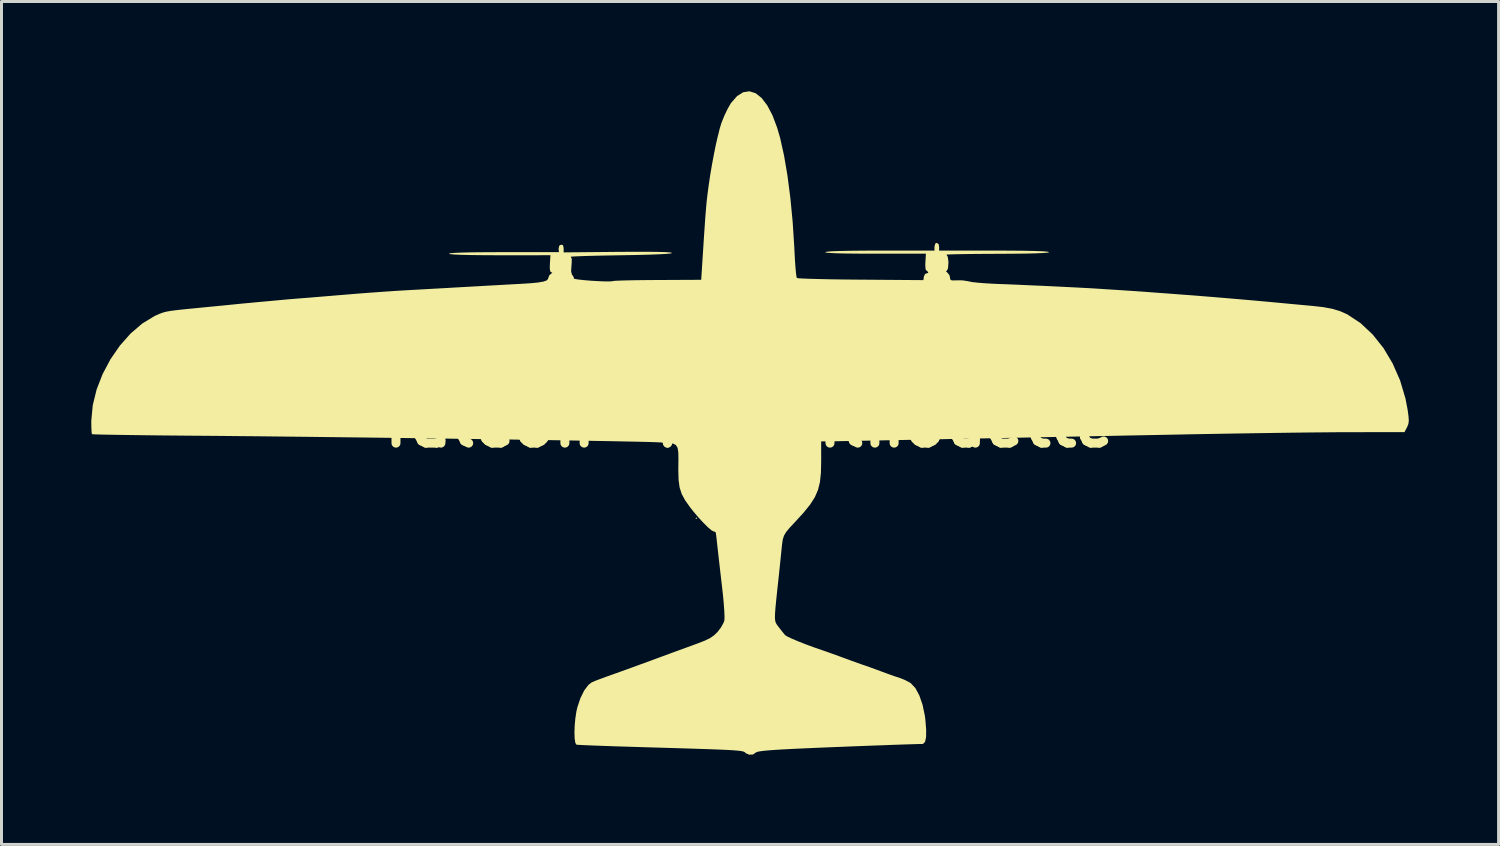
<source format=kicad_pcb>
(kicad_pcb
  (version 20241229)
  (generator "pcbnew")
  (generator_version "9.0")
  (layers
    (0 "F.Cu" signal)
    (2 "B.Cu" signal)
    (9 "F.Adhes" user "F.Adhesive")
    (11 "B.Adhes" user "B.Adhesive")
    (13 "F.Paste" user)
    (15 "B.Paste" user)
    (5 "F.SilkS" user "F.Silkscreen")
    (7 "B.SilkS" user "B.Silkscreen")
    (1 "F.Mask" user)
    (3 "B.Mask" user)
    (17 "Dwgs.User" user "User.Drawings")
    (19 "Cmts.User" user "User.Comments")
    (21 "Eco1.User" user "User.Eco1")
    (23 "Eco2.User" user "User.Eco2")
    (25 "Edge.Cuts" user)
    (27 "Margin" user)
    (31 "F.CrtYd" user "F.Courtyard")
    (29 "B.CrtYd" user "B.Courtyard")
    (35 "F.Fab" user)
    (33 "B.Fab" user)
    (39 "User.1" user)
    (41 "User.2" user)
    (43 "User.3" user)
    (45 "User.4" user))
  (footprint "falcon-v2-silhouette"
    (layer "F.Cu")
    (at 22.001 11.076)
    (property "Reference" "falcon-v2-silhouette" (at 0 0 0) (layer "F.SilkS") (effects (font (size 1.5 1.5) (thickness 0.3))))
    (attr board_only exclude_from_pos_files exclude_from_bom)
    (fp_poly (pts (xy -1.762 3.188) (xy -1.788 3.214) (xy -1.814 3.188) (xy -1.788 3.162)) (stroke (width 0) (type solid)) (fill yes) (layer "F.SilkS"))
    (fp_poly (pts (xy 0.193 -11.012) (xy 0.392 -10.855) (xy 0.581 -10.608) (xy 0.757 -10.274) (xy 0.915 -9.854) (xy 1.014 -9.512) (xy 1.144 -8.928) (xy 1.258 -8.258) (xy 1.354 -7.516) (xy 1.431 -6.72) (xy 1.485 -5.884) (xy 1.493 -5.719) (xy 1.508 -5.433) (xy 1.526 -5.184) (xy 1.544 -4.99) (xy 1.562 -4.869) (xy 1.572 -4.839) (xy 1.631 -4.829) (xy 1.783 -4.82) (xy 2.015 -4.811) (xy 2.318 -4.803) (xy 2.68 -4.795) (xy 3.089 -4.789) (xy 3.535 -4.784) (xy 3.706 -4.783) (xy 5.798 -4.767) (xy 5.816 -4.885) (xy 5.853 -4.971) (xy 5.898 -4.989) (xy 5.956 -5.009) (xy 5.961 -5.028) (xy 5.921 -5.078) (xy 5.905 -5.08) (xy 5.872 -5.129) (xy 5.862 -5.27) (xy 5.866 -5.365) (xy 5.883 -5.65) (xy 4.183 -5.65) (xy 3.656 -5.652) (xy 3.228 -5.656) (xy 2.898 -5.664) (xy 2.669 -5.675) (xy 2.542 -5.688) (xy 2.514 -5.702) (xy 2.575 -5.717) (xy 2.735 -5.73) (xy 2.99 -5.74) (xy 3.336 -5.747) (xy 3.767 -5.752) (xy 4.28 -5.754) (xy 4.357 -5.754) (xy 6.169 -5.754) (xy 6.169 -5.883) (xy 6.196 -5.988) (xy 6.246 -6.013) (xy 6.309 -5.968) (xy 6.324 -5.883) (xy 6.324 -5.754) (xy 8.164 -5.754) (xy 8.704 -5.752) (xy 9.155 -5.748) (xy 9.512 -5.741) (xy 9.775 -5.731) (xy 9.94 -5.719) (xy 10.004 -5.704) (xy 10.004 -5.702) (xy 9.953 -5.686) (xy 9.801 -5.673) (xy 9.552 -5.662) (xy 9.209 -5.654) (xy 8.774 -5.649) (xy 8.255 -5.646) (xy 7.844 -5.644) (xy 7.472 -5.641) (xy 7.148 -5.637) (xy 6.886 -5.632) (xy 6.695 -5.627) (xy 6.589 -5.621) (xy 6.57 -5.616) (xy 6.612 -5.548) (xy 6.634 -5.4) (xy 6.635 -5.335) (xy 6.622 -5.16) (xy 6.584 -5.082) (xy 6.57 -5.078) (xy 6.554 -5.057) (xy 6.596 -5.024) (xy 6.67 -4.933) (xy 6.687 -4.857) (xy 6.698 -4.787) (xy 6.748 -4.757) (xy 6.865 -4.757) (xy 6.917 -4.761) (xy 7.106 -4.759) (xy 7.284 -4.733) (xy 7.319 -4.724) (xy 7.431 -4.702) (xy 7.624 -4.681) (xy 7.873 -4.661) (xy 8.155 -4.645) (xy 8.268 -4.64) (xy 8.597 -4.628) (xy 8.98 -4.612) (xy 9.399 -4.593) (xy 9.835 -4.574) (xy 10.267 -4.553) (xy 10.676 -4.533) (xy 11.044 -4.514) (xy 11.351 -4.498) (xy 11.577 -4.484) (xy 11.611 -4.482) (xy 11.834 -4.467) (xy 12.104 -4.45) (xy 12.368 -4.433) (xy 12.389 -4.432) (xy 12.611 -4.417) (xy 12.9 -4.398) (xy 13.222 -4.375) (xy 13.541 -4.351) (xy 13.581 -4.348) (xy 13.878 -4.326) (xy 14.164 -4.305) (xy 14.41 -4.286) (xy 14.588 -4.273) (xy 14.618 -4.271) (xy 14.977 -4.243) (xy 15.411 -4.208) (xy 15.89 -4.168) (xy 16.385 -4.126) (xy 16.868 -4.084) (xy 17.309 -4.044) (xy 17.624 -4.015) (xy 17.936 -3.985) (xy 18.235 -3.957) (xy 18.496 -3.933) (xy 18.693 -3.915) (xy 18.765 -3.909) (xy 19.152 -3.866) (xy 19.462 -3.809) (xy 19.72 -3.731) (xy 19.953 -3.627) (xy 19.964 -3.621) (xy 20.405 -3.33) (xy 20.809 -2.951) (xy 21.17 -2.498) (xy 21.477 -1.982) (xy 21.725 -1.417) (xy 21.905 -0.813) (xy 21.977 -0.435) (xy 22.007 -0.217) (xy 22.016 -0.07) (xy 22.003 0.035) (xy 21.966 0.129) (xy 21.957 0.148) (xy 21.872 0.311) (xy 20.047 0.313) (xy 19.679 0.314) (xy 19.222 0.318) (xy 18.689 0.323) (xy 18.095 0.33) (xy 17.453 0.339) (xy 16.777 0.349) (xy 16.082 0.36) (xy 15.382 0.372) (xy 14.69 0.384) (xy 14.372 0.391) (xy 13.605 0.406) (xy 12.757 0.422) (xy 11.853 0.44) (xy 10.916 0.459) (xy 9.969 0.477) (xy 9.036 0.496) (xy 8.14 0.514) (xy 7.305 0.53) (xy 6.674 0.542) (xy 6.046 0.555) (xy 5.444 0.567) (xy 4.876 0.578) (xy 4.352 0.588) (xy 3.88 0.597) (xy 3.468 0.605) (xy 3.126 0.611) (xy 2.862 0.616) (xy 2.685 0.619) (xy 2.605 0.62) (xy 2.384 0.622) (xy 2.384 1.295) (xy 2.376 1.667) (xy 2.344 1.975) (xy 2.278 2.242) (xy 2.171 2.488) (xy 2.011 2.737) (xy 1.791 3.008) (xy 1.507 3.318) (xy 1.331 3.506) (xy 1.214 3.647) (xy 1.142 3.769) (xy 1.101 3.898) (xy 1.077 4.062) (xy 1.066 4.173) (xy 1.051 4.318) (xy 1.028 4.541) (xy 1 4.812) (xy 0.969 5.108) (xy 0.958 5.21) (xy 0.913 5.625) (xy 0.879 5.95) (xy 0.855 6.198) (xy 0.842 6.381) (xy 0.839 6.513) (xy 0.847 6.606) (xy 0.865 6.674) (xy 0.894 6.729) (xy 0.934 6.783) (xy 0.965 6.824) (xy 1.069 6.959) (xy 1.157 7.067) (xy 1.182 7.095) (xy 1.259 7.143) (xy 1.414 7.216) (xy 1.629 7.306) (xy 1.883 7.406) (xy 2.158 7.507) (xy 2.41 7.594) (xy 2.548 7.641) (xy 2.751 7.714) (xy 2.987 7.799) (xy 3.136 7.854) (xy 3.376 7.942) (xy 3.603 8.024) (xy 3.785 8.088) (xy 3.862 8.114) (xy 4.018 8.169) (xy 4.225 8.244) (xy 4.432 8.321) (xy 4.647 8.4) (xy 4.857 8.474) (xy 5.011 8.525) (xy 5.189 8.595) (xy 5.353 8.683) (xy 5.379 8.7) (xy 5.53 8.861) (xy 5.663 9.107) (xy 5.771 9.419) (xy 5.847 9.781) (xy 5.864 9.91) (xy 5.892 10.255) (xy 5.889 10.504) (xy 5.854 10.66) (xy 5.786 10.727) (xy 5.762 10.73) (xy 5.638 10.732) (xy 5.424 10.738) (xy 5.136 10.747) (xy 4.787 10.759) (xy 4.393 10.774) (xy 3.967 10.789) (xy 3.525 10.806) (xy 3.08 10.824) (xy 2.647 10.841) (xy 2.241 10.858) (xy 1.876 10.874) (xy 1.566 10.888) (xy 1.477 10.892) (xy 1.058 10.914) (xy 0.734 10.935) (xy 0.494 10.955) (xy 0.33 10.976) (xy 0.232 10.998) (xy 0.192 11.023) (xy 0.106 11.081) (xy -0.019 11.087) (xy -0.131 11.041) (xy -0.151 11.021) (xy -0.17 11.003) (xy -0.2 10.988) (xy -0.249 10.974) (xy -0.325 10.961) (xy -0.435 10.95) (xy -0.586 10.938) (xy -0.787 10.927) (xy -1.044 10.916) (xy -1.366 10.904) (xy -1.759 10.891) (xy -2.232 10.876) (xy -2.792 10.859) (xy -3.446 10.84) (xy -3.603 10.835) (xy -4.064 10.821) (xy -4.493 10.808) (xy -4.88 10.794) (xy -5.214 10.782) (xy -5.482 10.771) (xy -5.674 10.762) (xy -5.778 10.755) (xy -5.793 10.753) (xy -5.83 10.692) (xy -5.852 10.551) (xy -5.859 10.353) (xy -5.851 10.121) (xy -5.829 9.877) (xy -5.794 9.645) (xy -5.763 9.509) (xy -5.66 9.2) (xy -5.533 8.942) (xy -5.391 8.755) (xy -5.282 8.671) (xy -5.177 8.626) (xy -5.005 8.559) (xy -4.797 8.483) (xy -4.717 8.455) (xy -4.528 8.388) (xy -4.266 8.294) (xy -3.954 8.181) (xy -3.617 8.058) (xy -3.277 7.934) (xy -3.266 7.929) (xy -2.922 7.803) (xy -2.575 7.675) (xy -2.249 7.556) (xy -1.97 7.454) (xy -1.763 7.378) (xy -1.762 7.378) (xy -1.509 7.28) (xy -1.329 7.193) (xy -1.194 7.099) (xy -1.076 6.985) (xy -1.076 6.984) (xy -0.959 6.83) (xy -0.874 6.672) (xy -0.849 6.596) (xy -0.845 6.488) (xy -0.852 6.299) (xy -0.87 6.048) (xy -0.897 5.756) (xy -0.925 5.505) (xy -0.963 5.179) (xy -0.999 4.862) (xy -1.032 4.58) (xy -1.057 4.357) (xy -1.069 4.251) (xy -1.09 4.059) (xy -1.108 3.896) (xy -1.118 3.81) (xy -1.132 3.706) (xy -1.136 3.667) (xy -1.182 3.632) (xy -1.209 3.629) (xy -1.282 3.591) (xy -1.402 3.488) (xy -1.555 3.336) (xy -1.725 3.152) (xy -1.894 2.951) (xy -1.994 2.825) (xy -2.161 2.589) (xy -2.275 2.379) (xy -2.345 2.163) (xy -2.38 1.912) (xy -2.389 1.594) (xy -2.389 1.516) (xy -2.385 1.207) (xy -2.389 0.986) (xy -2.413 0.837) (xy -2.468 0.745) (xy -2.566 0.695) (xy -2.72 0.671) (xy -2.941 0.658) (xy -3.049 0.652) (xy -3.195 0.646) (xy -3.436 0.639) (xy -3.768 0.631) (xy -4.182 0.623) (xy -4.671 0.613) (xy -5.23 0.603) (xy -5.849 0.592) (xy -6.524 0.581) (xy -7.246 0.57) (xy -8.008 0.558) (xy -8.804 0.547) (xy -9.626 0.535) (xy -10.468 0.523) (xy -11.322 0.511) (xy -12.182 0.5) (xy -13.04 0.489) (xy -13.89 0.479) (xy -14.724 0.469) (xy -15.535 0.46) (xy -16.316 0.451) (xy -17.061 0.444) (xy -17.763 0.437) (xy -18.413 0.432) (xy -18.558 0.431) (xy -19.141 0.426) (xy -19.694 0.421) (xy -20.207 0.415) (xy -20.672 0.409) (xy -21.08 0.403) (xy -21.422 0.397) (xy -21.69 0.392) (xy -21.875 0.386) (xy -21.969 0.381) (xy -21.979 0.379) (xy -21.99 0.319) (xy -21.998 0.181) (xy -22.001 -0.007) (xy -22.001 -0.069) (xy -21.952 -0.588) (xy -21.823 -1.114) (xy -21.622 -1.63) (xy -21.36 -2.124) (xy -21.045 -2.58) (xy -20.688 -2.983) (xy -20.297 -3.318) (xy -19.883 -3.57) (xy -19.719 -3.642) (xy -19.639 -3.672) (xy -19.561 -3.697) (xy -19.47 -3.718) (xy -19.351 -3.739) (xy -19.191 -3.76) (xy -18.976 -3.784) (xy -18.69 -3.813) (xy -18.321 -3.849) (xy -18.169 -3.864) (xy -17.863 -3.894) (xy -17.581 -3.921) (xy -17.344 -3.945) (xy -17.174 -3.962) (xy -17.106 -3.969) (xy -16.966 -3.983) (xy -16.727 -4.005) (xy -16.397 -4.036) (xy -15.98 -4.074) (xy -15.483 -4.12) (xy -15.447 -4.123) (xy -15.307 -4.135) (xy -15.104 -4.152) (xy -14.879 -4.169) (xy -14.851 -4.172) (xy -14.651 -4.187) (xy -14.378 -4.21) (xy -14.061 -4.236) (xy -13.731 -4.264) (xy -13.581 -4.276) (xy -13.126 -4.314) (xy -12.664 -4.349) (xy -12.22 -4.381) (xy -11.819 -4.408) (xy -11.488 -4.428) (xy -11.404 -4.433) (xy -11.308 -4.438) (xy -11.122 -4.448) (xy -10.862 -4.463) (xy -10.542 -4.481) (xy -10.177 -4.501) (xy -9.781 -4.524) (xy -9.642 -4.532) (xy -9.227 -4.555) (xy -8.828 -4.578) (xy -8.462 -4.598) (xy -8.145 -4.616) (xy -7.894 -4.63) (xy -7.726 -4.639) (xy -7.698 -4.64) (xy -7.341 -4.662) (xy -7.078 -4.687) (xy -6.897 -4.718) (xy -6.789 -4.756) (xy -6.742 -4.804) (xy -6.739 -4.825) (xy -6.698 -4.928) (xy -6.648 -4.972) (xy -6.598 -5.015) (xy -6.627 -5.027) (xy -6.668 -5.057) (xy -6.683 -5.157) (xy -6.679 -5.313) (xy -6.661 -5.599) (xy -8.359 -5.598) (xy -8.874 -5.6) (xy -9.3 -5.605) (xy -9.634 -5.612) (xy -9.874 -5.623) (xy -10.015 -5.636) (xy -10.056 -5.65) (xy -10.005 -5.665) (xy -9.853 -5.678) (xy -9.602 -5.688) (xy -9.256 -5.696) (xy -8.817 -5.7) (xy -8.288 -5.702) (xy -8.217 -5.702) (xy -6.377 -5.702) (xy -6.389 -5.817) (xy -6.365 -5.92) (xy -6.311 -5.95) (xy -6.243 -5.938) (xy -6.221 -5.848) (xy -6.22 -5.831) (xy -6.22 -5.694) (xy -4.419 -5.711) (xy -3.882 -5.714) (xy -3.434 -5.714) (xy -3.079 -5.71) (xy -2.818 -5.703) (xy -2.655 -5.691) (xy -2.592 -5.677) (xy -2.592 -5.676) (xy -2.635 -5.66) (xy -2.779 -5.644) (xy -3.023 -5.631) (xy -3.364 -5.618) (xy -3.8 -5.607) (xy -4.302 -5.598) (xy -4.712 -5.591) (xy -5.084 -5.584) (xy -5.406 -5.576) (xy -5.668 -5.567) (xy -5.857 -5.559) (xy -5.963 -5.552) (xy -5.981 -5.547) (xy -5.948 -5.475) (xy -5.952 -5.308) (xy -5.958 -5.257) (xy -5.97 -5.07) (xy -5.946 -4.959) (xy -5.924 -4.93) (xy -5.878 -4.856) (xy -5.882 -4.824) (xy -5.844 -4.806) (xy -5.725 -4.787) (xy -5.549 -4.768) (xy -5.339 -4.75) (xy -5.116 -4.736) (xy -4.905 -4.726) (xy -4.729 -4.723) (xy -4.609 -4.728) (xy -4.573 -4.736) (xy -4.511 -4.744) (xy -4.359 -4.751) (xy -4.13 -4.758) (xy -3.839 -4.764) (xy -3.499 -4.768) (xy -3.124 -4.771) (xy -3.075 -4.771) (xy -1.624 -4.778) (xy -1.562 -5.745) (xy -1.533 -6.196) (xy -1.508 -6.559) (xy -1.488 -6.852) (xy -1.469 -7.089) (xy -1.452 -7.288) (xy -1.434 -7.465) (xy -1.414 -7.636) (xy -1.39 -7.816) (xy -1.371 -7.957) (xy -1.324 -8.273) (xy -1.265 -8.619) (xy -1.201 -8.965) (xy -1.138 -9.278) (xy -1.081 -9.527) (xy -1.068 -9.577) (xy -1.03 -9.728) (xy -1.011 -9.81) (xy -0.951 -10.01) (xy -0.855 -10.251) (xy -0.743 -10.487) (xy -0.635 -10.674) (xy -0.627 -10.686) (xy -0.426 -10.915) (xy -0.219 -11.045) (xy -0.012 -11.076)) (stroke (width 0) (type solid)) (fill yes) (layer "F.SilkS")))
  (gr_rect
    (start -3 -3)
    (end 47.017 25.163)
    (stroke (width 0.1) (type default))
    (fill no)
    (layer "Edge.Cuts")))
</source>
